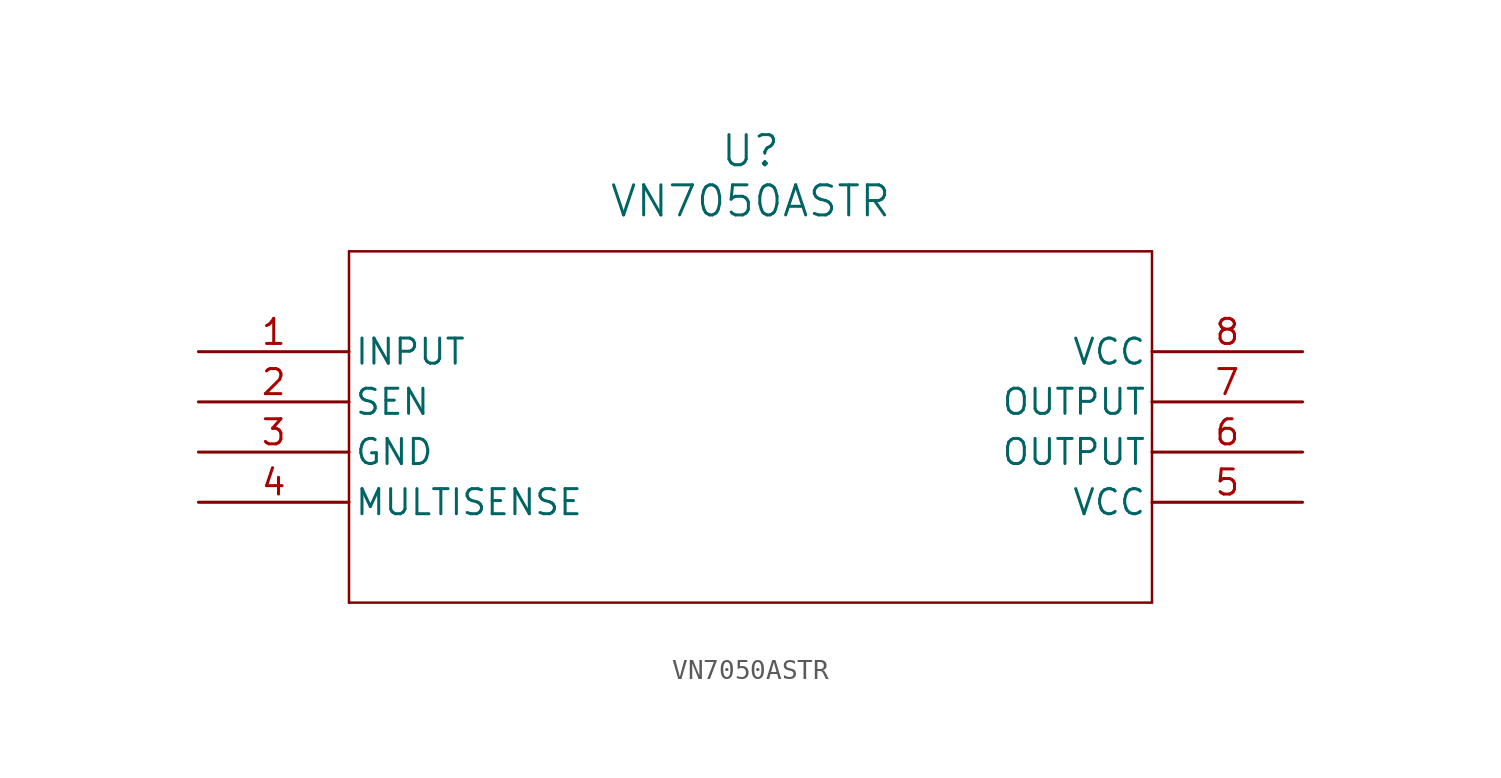
<source format=kicad_sym>
(kicad_symbol_lib
  (version 20211014)
  (generator kicad_symbol_editor)
  (symbol "VN7050ASTR"
    (pin_names
      (offset 0.254))
    (property "Reference" "U"
      (at 27.94 10.16 0)
      (effects (font (size 1.524 1.524))))
    (property "Value" "VN7050ASTR"
      (at 27.94 7.62 0)
      (effects (font (size 1.524 1.524))))
    (symbol "VN7050ASTR_0_1"
      (polyline (pts (xy 7.62 5.08) (xy 7.62 -12.7)) (stroke (width 0.127) (type default) (color 0 0 0 0)) (fill (type none)))
      (polyline (pts (xy 7.62 -12.7) (xy 48.26 -12.7)) (stroke (width 0.127) (type default) (color 0 0 0 0)) (fill (type none)))
      (polyline (pts (xy 48.26 -12.7) (xy 48.26 5.08)) (stroke (width 0.127) (type default) (color 0 0 0 0)) (fill (type none)))
      (polyline (pts (xy 48.26 5.08) (xy 7.62 5.08)) (stroke (width 0.127) (type default) (color 0 0 0 0)) (fill (type none)))
      (pin input line (at 0 0 0) (length 7.62) (name "INPUT" (effects (font (size 1.27 1.27)))) (number "1" (effects (font (size 1.27 1.27)))))
      (pin unspecified line (at 0 -2.54 0) (length 7.62) (name "SEN" (effects (font (size 1.27 1.27)))) (number "2" (effects (font (size 1.27 1.27)))))
      (pin power_out line (at 0 -5.08 0) (length 7.62) (name "GND" (effects (font (size 1.27 1.27)))) (number "3" (effects (font (size 1.27 1.27)))))
      (pin unspecified line (at 0 -7.62 0) (length 7.62) (name "MULTISENSE" (effects (font (size 1.27 1.27)))) (number "4" (effects (font (size 1.27 1.27)))))
      (pin power_in line (at 55.88 -7.62 180) (length 7.62) (name "VCC" (effects (font (size 1.27 1.27)))) (number "5" (effects (font (size 1.27 1.27)))))
      (pin output line (at 55.88 -5.08 180) (length 7.62) (name "OUTPUT" (effects (font (size 1.27 1.27)))) (number "6" (effects (font (size 1.27 1.27)))))
      (pin output line (at 55.88 -2.54 180) (length 7.62) (name "OUTPUT" (effects (font (size 1.27 1.27)))) (number "7" (effects (font (size 1.27 1.27)))))
      (pin power_in line (at 55.88 0 180) (length 7.62) (name "VCC" (effects (font (size 1.27 1.27)))) (number "8" (effects (font (size 1.27 1.27))))))))
</source>
